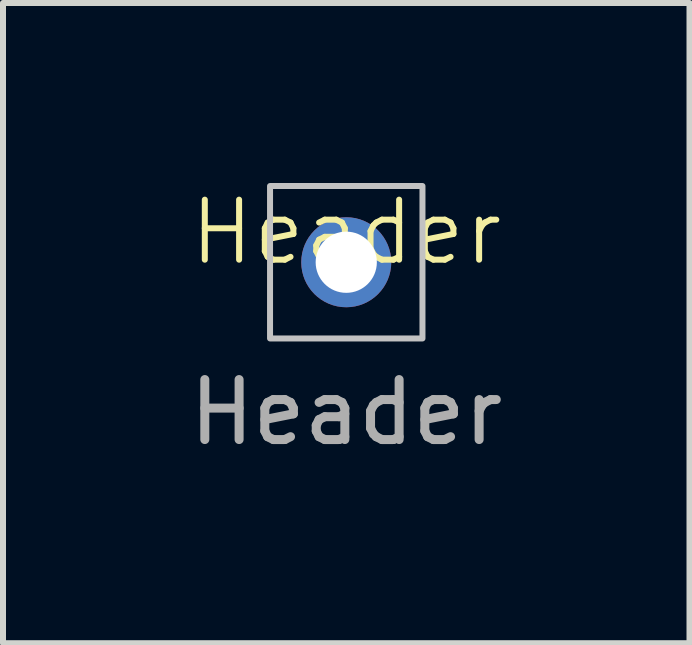
<source format=kicad_pcb>
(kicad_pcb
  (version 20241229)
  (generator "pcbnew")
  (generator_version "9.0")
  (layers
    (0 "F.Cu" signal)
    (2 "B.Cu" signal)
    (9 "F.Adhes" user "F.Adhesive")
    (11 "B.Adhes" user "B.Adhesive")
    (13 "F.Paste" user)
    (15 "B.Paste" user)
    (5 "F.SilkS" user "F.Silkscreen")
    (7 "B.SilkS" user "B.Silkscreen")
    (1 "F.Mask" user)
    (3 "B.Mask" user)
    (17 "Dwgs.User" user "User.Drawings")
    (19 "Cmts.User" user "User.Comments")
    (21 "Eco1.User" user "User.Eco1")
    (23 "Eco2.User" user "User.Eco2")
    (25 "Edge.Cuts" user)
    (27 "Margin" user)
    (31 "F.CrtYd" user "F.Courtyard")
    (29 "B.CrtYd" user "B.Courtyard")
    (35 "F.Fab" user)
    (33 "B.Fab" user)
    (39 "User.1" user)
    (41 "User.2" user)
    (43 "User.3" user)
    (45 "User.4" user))
  (footprint "Header"
    (layer "F.Cu")
    (at 2.72 1.32)
    (property "Reference" "Header" (at 0 -0.5 0) (unlocked yes) (layer "F.SilkS") (effects (font (size 1 1) (thickness 0.1))))
    (attr through_hole)
    (fp_rect (start -1.27 -1.27) (end 1.27 1.27) (stroke (width 0.1) (type default)) (fill no) (layer "Dwgs.User"))
    (fp_text user "${REFERENCE}" (at 0 2.5 0) (unlocked yes) (layer "F.Fab") (effects (font (size 1 1) (thickness 0.15))))
    (pad "1" thru_hole circle (at 0 0) (size 1.5 1.5) (drill 1.02) (layers "*.Cu" "*.Mask")))
  (gr_rect
    (start -3 -3)
    (end 8.44 7.668)
    (stroke (width 0.1) (type default))
    (fill no)
    (layer "Edge.Cuts")))
</source>
